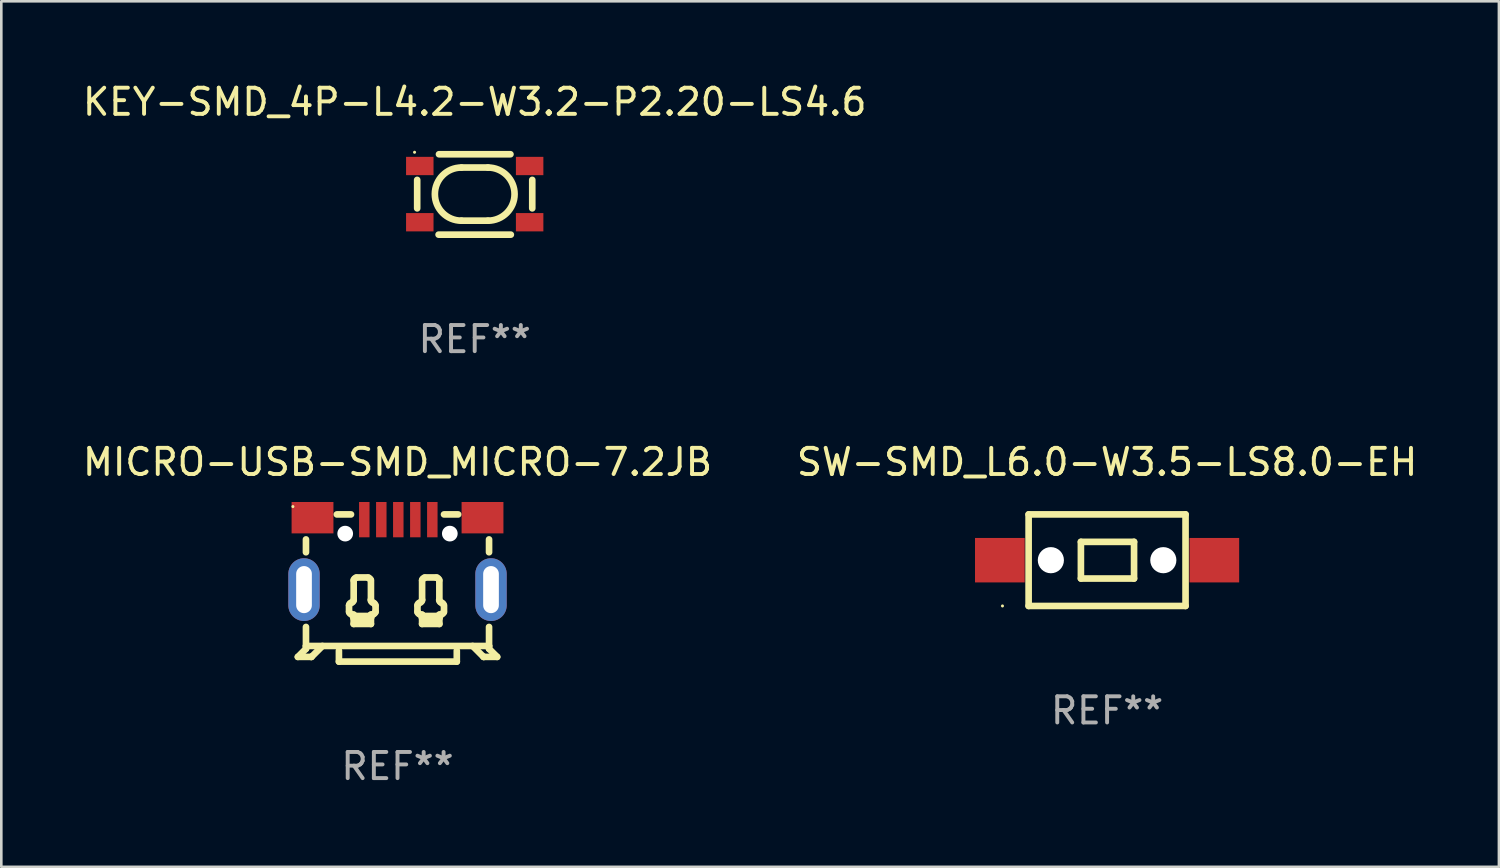
<source format=kicad_pcb>
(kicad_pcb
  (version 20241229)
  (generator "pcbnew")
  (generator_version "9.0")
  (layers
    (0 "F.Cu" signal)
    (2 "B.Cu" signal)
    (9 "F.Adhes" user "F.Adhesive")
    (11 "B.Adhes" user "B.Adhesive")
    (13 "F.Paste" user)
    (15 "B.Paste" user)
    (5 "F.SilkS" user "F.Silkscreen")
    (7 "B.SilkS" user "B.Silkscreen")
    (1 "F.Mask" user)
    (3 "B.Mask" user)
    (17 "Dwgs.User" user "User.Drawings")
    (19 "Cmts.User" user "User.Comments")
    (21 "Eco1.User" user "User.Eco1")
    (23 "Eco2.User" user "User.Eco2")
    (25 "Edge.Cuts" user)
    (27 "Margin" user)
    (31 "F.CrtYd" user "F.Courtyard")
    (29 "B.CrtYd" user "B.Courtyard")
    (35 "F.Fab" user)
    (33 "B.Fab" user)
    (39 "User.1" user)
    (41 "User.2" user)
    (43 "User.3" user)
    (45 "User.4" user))
  (footprint "SW-SMD_L6.0-W3.5-LS8.0-EH"
    (layer "F.Cu")
    (at 39.28 18.369)
    (property "Reference" "SW-SMD_L6.0-W3.5-LS8.0-EH" (at 0 -3.75 0) (layer "F.SilkS") (effects (font (size 1 1) (thickness 0.15))))
    (attr through_hole)
    (fp_line (start -3 -1.75) (end 3 -1.75) (stroke (width 0.254) (type solid)) (layer "F.SilkS"))
    (fp_line (start -3 1.75) (end -3 -1.75) (stroke (width 0.254) (type solid)) (layer "F.SilkS"))
    (fp_line (start -1.001 -0.701) (end 1.031 -0.701) (stroke (width 0.254) (type solid)) (layer "F.SilkS"))
    (fp_line (start -1.001 0.701) (end -1.001 -0.701) (stroke (width 0.254) (type solid)) (layer "F.SilkS"))
    (fp_line (start 1.031 -0.701) (end 1.031 0.701) (stroke (width 0.254) (type solid)) (layer "F.SilkS"))
    (fp_line (start 1.031 0.701) (end -1.001 0.701) (stroke (width 0.254) (type solid)) (layer "F.SilkS"))
    (fp_line (start 3 -1.75) (end 3 1.75) (stroke (width 0.254) (type solid)) (layer "F.SilkS"))
    (fp_line (start 3 1.75) (end -3 1.75) (stroke (width 0.254) (type solid)) (layer "F.SilkS"))
    (fp_circle (center -4 1.75) (end -3.97 1.75) (stroke (width 0.06) (type solid)) (fill no) (layer "F.SilkS"))
    (fp_circle (center -2.15 0) (end -1.925 0) (stroke (width 0.45) (type solid)) (fill no) (layer "F.Fab"))
    (fp_circle (center 2.15 0) (end 2.375 0) (stroke (width 0.45) (type solid)) (fill no) (layer "F.Fab"))
    (fp_text user "REF**" (at 0 5.75 0) (layer "F.Fab") (effects (font (size 1 1) (thickness 0.15))))
    (pad "" np_thru_hole circle (at -2.15 0) (size 1 1) (drill 1) (layers "*.Cu" "*.Mask"))
    (pad "" np_thru_hole circle (at 2.15 0) (size 1 1) (drill 1) (layers "*.Cu" "*.Mask"))
    (pad "1" smd rect (at -4.1 0) (size 1.9 1.7) (layers "F.Cu" "F.Mask" "F.Paste"))
    (pad "2" smd rect (at 4.1 0) (size 1.9 1.7) (layers "F.Cu" "F.Mask" "F.Paste")))
  (footprint "KEY-SMD_4P-L4.2-W3.2-P2.20-LS4.6"
    (layer "F.Cu")
    (at 15.101 4.372)
    (property "Reference" "KEY-SMD_4P-L4.2-W3.2-P2.20-LS4.6" (at 0 -3.524 0) (layer "F.SilkS") (effects (font (size 1 1) (thickness 0.15))))
    (attr through_hole)
    (fp_line (start -2.2 -0.544) (end -2.2 0.544) (stroke (width 0.254) (type solid)) (layer "F.SilkS"))
    (fp_line (start -1.381 1.55) (end 1.381 1.55) (stroke (width 0.254) (type solid)) (layer "F.SilkS"))
    (fp_line (start -0.508 -1.016) (end 0.508 -1.016) (stroke (width 0.254) (type solid)) (layer "F.SilkS"))
    (fp_line (start -0.508 1.016) (end 0.508 1.016) (stroke (width 0.254) (type solid)) (layer "F.SilkS"))
    (fp_line (start 1.366 -1.524) (end -1.366 -1.524) (stroke (width 0.254) (type solid)) (layer "F.SilkS"))
    (fp_line (start 2.2 -0.544) (end 2.2 0.544) (stroke (width 0.254) (type solid)) (layer "F.SilkS"))
    (fp_arc (start -0.508001 1.016002) (mid -1.524003 0) (end -0.508001 -1.016002) (stroke (width 0.254001) (type solid)) (layer "F.SilkS"))
    (fp_arc (start 0.508001 -1.016002) (mid 1.524003 0) (end 0.508001 1.016002) (stroke (width 0.254001) (type solid)) (layer "F.SilkS"))
    (fp_circle (center -2.3 -1.6) (end -2.27 -1.6) (stroke (width 0.06) (type solid)) (fill no) (layer "F.SilkS"))
    (fp_text user "REF**" (at 0 5.55 0) (layer "F.Fab") (effects (font (size 1 1) (thickness 0.15))))
    (pad "1" smd rect (at -2.1 -1.075) (size 1.05 0.7) (layers "F.Cu" "F.Mask" "F.Paste"))
    (pad "2" smd rect (at 2.1 -1.075) (size 1.05 0.7) (layers "F.Cu" "F.Mask" "F.Paste"))
    (pad "3" smd rect (at -2.1 1.075) (size 1.05 0.7) (layers "F.Cu" "F.Mask" "F.Paste"))
    (pad "4" smd rect (at 2.1 1.075) (size 1.05 0.7) (layers "F.Cu" "F.Mask" "F.Paste")))
  (footprint "MICRO-USB-SMD_MICRO-7.2JB"
    (layer "F.Cu")
    (at 12.149 18.119)
    (property "Reference" "MICRO-USB-SMD_MICRO-7.2JB" (at 0.000254 -3.5 0) (layer "F.SilkS") (effects (font (size 1 1) (thickness 0.15))))
    (attr through_hole)
    (fp_line (start -3.81 3.948) (end -3.302 3.948) (stroke (width 0.254) (type solid)) (layer "F.SilkS"))
    (fp_line (start -3.5 -0.053) (end -3.5 -0.544) (stroke (width 0.254) (type solid)) (layer "F.SilkS"))
    (fp_line (start -3.5 3.53) (end -3.5 2.803) (stroke (width 0.254) (type solid)) (layer "F.SilkS"))
    (fp_line (start -3.5 3.53) (end -3.5 3.638) (stroke (width 0.254) (type solid)) (layer "F.SilkS"))
    (fp_line (start -3.5 3.53) (end 3.5 3.53) (stroke (width 0.254) (type solid)) (layer "F.SilkS"))
    (fp_line (start -3.5 3.638) (end -3.81 3.948) (stroke (width 0.254) (type solid)) (layer "F.SilkS"))
    (fp_line (start -3.302 3.948) (end -3.289 3.948) (stroke (width 0.254) (type solid)) (layer "F.SilkS"))
    (fp_line (start -3.289 3.948) (end -2.871 3.53) (stroke (width 0.254) (type solid)) (layer "F.SilkS"))
    (fp_line (start -2.319 -1.5) (end -1.778 -1.5) (stroke (width 0.254) (type solid)) (layer "F.SilkS"))
    (fp_line (start -2.24 3.71) (end -2.24 4.128) (stroke (width 0.254) (type solid)) (layer "F.SilkS"))
    (fp_line (start -2.24 4.128) (end 2.267 4.128) (stroke (width 0.254) (type solid)) (layer "F.SilkS"))
    (fp_line (start -1.854 2.232) (end -1.854 1.978) (stroke (width 0.254) (type solid)) (layer "F.SilkS"))
    (fp_line (start -1.753 2.333) (end -1.676 2.333) (stroke (width 0.254) (type solid)) (layer "F.SilkS"))
    (fp_line (start -1.676 1.774) (end -1.676 1.012) (stroke (width 0.254) (type solid)) (layer "F.SilkS"))
    (fp_line (start -1.676 2.333) (end -1.676 2.384) (stroke (width 0.254) (type solid)) (layer "F.SilkS"))
    (fp_line (start -1.676 2.384) (end -1.676 2.46) (stroke (width 0.254) (type solid)) (layer "F.SilkS"))
    (fp_line (start -1.676 2.46) (end -1.676 2.689) (stroke (width 0.254) (type solid)) (layer "F.SilkS"))
    (fp_line (start -1.676 2.689) (end -1.016 2.689) (stroke (width 0.254) (type solid)) (layer "F.SilkS"))
    (fp_line (start -1.575 0.911) (end -1.118 0.911) (stroke (width 0.254) (type solid)) (layer "F.SilkS"))
    (fp_line (start -1.016 1.012) (end -1.016 1.774) (stroke (width 0.254) (type solid)) (layer "F.SilkS"))
    (fp_line (start -1.016 2.333) (end -1.016 2.384) (stroke (width 0.254) (type solid)) (layer "F.SilkS"))
    (fp_line (start -1.016 2.384) (end -1.676 2.384) (stroke (width 0.254) (type solid)) (layer "F.SilkS"))
    (fp_line (start -1.016 2.46) (end -1.676 2.46) (stroke (width 0.254) (type solid)) (layer "F.SilkS"))
    (fp_line (start -1.016 2.46) (end -1.016 2.384) (stroke (width 0.254) (type solid)) (layer "F.SilkS"))
    (fp_line (start -1.016 2.689) (end -1.016 2.46) (stroke (width 0.254) (type solid)) (layer "F.SilkS"))
    (fp_line (start -0.94 2.333) (end -1.016 2.333) (stroke (width 0.254) (type solid)) (layer "F.SilkS"))
    (fp_line (start -0.838 1.978) (end -0.838 2.232) (stroke (width 0.254) (type solid)) (layer "F.SilkS"))
    (fp_line (start 0.762 2.232) (end 0.762 1.978) (stroke (width 0.254) (type solid)) (layer "F.SilkS"))
    (fp_line (start 0.864 2.333) (end 0.94 2.333) (stroke (width 0.254) (type solid)) (layer "F.SilkS"))
    (fp_line (start 0.94 1.774) (end 0.94 1.012) (stroke (width 0.254) (type solid)) (layer "F.SilkS"))
    (fp_line (start 0.94 2.333) (end 0.94 2.384) (stroke (width 0.254) (type solid)) (layer "F.SilkS"))
    (fp_line (start 0.94 2.384) (end 0.94 2.46) (stroke (width 0.254) (type solid)) (layer "F.SilkS"))
    (fp_line (start 0.94 2.46) (end 0.94 2.689) (stroke (width 0.254) (type solid)) (layer "F.SilkS"))
    (fp_line (start 0.94 2.689) (end 1.6 2.689) (stroke (width 0.254) (type solid)) (layer "F.SilkS"))
    (fp_line (start 1.041 0.911) (end 1.499 0.911) (stroke (width 0.254) (type solid)) (layer "F.SilkS"))
    (fp_line (start 1.6 1.012) (end 1.6 1.774) (stroke (width 0.254) (type solid)) (layer "F.SilkS"))
    (fp_line (start 1.6 2.333) (end 1.6 2.384) (stroke (width 0.254) (type solid)) (layer "F.SilkS"))
    (fp_line (start 1.6 2.384) (end 0.94 2.384) (stroke (width 0.254) (type solid)) (layer "F.SilkS"))
    (fp_line (start 1.6 2.46) (end 0.94 2.46) (stroke (width 0.254) (type solid)) (layer "F.SilkS"))
    (fp_line (start 1.6 2.46) (end 1.6 2.384) (stroke (width 0.254) (type solid)) (layer "F.SilkS"))
    (fp_line (start 1.6 2.689) (end 1.6 2.46) (stroke (width 0.254) (type solid)) (layer "F.SilkS"))
    (fp_line (start 1.676 2.333) (end 1.6 2.333) (stroke (width 0.254) (type solid)) (layer "F.SilkS"))
    (fp_line (start 1.778 -1.5) (end 2.319 -1.5) (stroke (width 0.254) (type solid)) (layer "F.SilkS"))
    (fp_line (start 1.778 1.978) (end 1.778 2.232) (stroke (width 0.254) (type solid)) (layer "F.SilkS"))
    (fp_line (start 2.267 4.128) (end 2.267 3.71) (stroke (width 0.254) (type solid)) (layer "F.SilkS"))
    (fp_line (start 3.29 3.948) (end 2.872 3.53) (stroke (width 0.254) (type solid)) (layer "F.SilkS"))
    (fp_line (start 3.302 3.948) (end 3.29 3.948) (stroke (width 0.254) (type solid)) (layer "F.SilkS"))
    (fp_line (start 3.5 -0.053) (end 3.5 -0.544) (stroke (width 0.254) (type solid)) (layer "F.SilkS"))
    (fp_line (start 3.5 3.53) (end 3.5 2.803) (stroke (width 0.254) (type solid)) (layer "F.SilkS"))
    (fp_line (start 3.5 3.53) (end 3.5 3.638) (stroke (width 0.254) (type solid)) (layer "F.SilkS"))
    (fp_line (start 3.5 3.638) (end 3.81 3.948) (stroke (width 0.254) (type solid)) (layer "F.SilkS"))
    (fp_line (start 3.81 3.948) (end 3.302 3.948) (stroke (width 0.254) (type solid)) (layer "F.SilkS"))
    (fp_arc (start -1.850902 1.972263) (mid -1.82159 1.901575) (end -1.750902 1.872263) (stroke (width 0.254001) (type solid)) (layer "F.SilkS"))
    (fp_arc (start -1.748895 2.321285) (mid -1.819592 2.291965) (end -1.848895 2.22126) (stroke (width 0.254001) (type solid)) (layer "F.SilkS"))
    (fp_arc (start -1.674041 1.772263) (mid -1.698818 1.838121) (end -1.760883 1.871273) (stroke (width 0.254001) (type solid)) (layer "F.SilkS"))
    (fp_arc (start -1.673889 1.021285) (mid -1.644577 0.950597) (end -1.573889 0.921285) (stroke (width 0.254001) (type solid)) (layer "F.SilkS"))
    (fp_arc (start -1.123901 0.921285) (mid -1.053213 0.950597) (end -1.023902 1.021286) (stroke (width 0.254001) (type solid)) (layer "F.SilkS"))
    (fp_arc (start -0.949886 1.872263) (mid -0.879198 1.901575) (end -0.849886 1.972263) (stroke (width 0.254001) (type solid)) (layer "F.SilkS"))
    (fp_arc (start -0.93589 1.871501) (mid -0.998698 1.838557) (end -1.023901 1.772263) (stroke (width 0.254001) (type solid)) (layer "F.SilkS"))
    (fp_arc (start -0.847904 2.220269) (mid -0.877216 2.290958) (end -0.947905 2.32027) (stroke (width 0.254001) (type solid)) (layer "F.SilkS"))
    (fp_arc (start 0.765304 1.972263) (mid 0.794616 1.901575) (end 0.865304 1.872263) (stroke (width 0.254001) (type solid)) (layer "F.SilkS"))
    (fp_arc (start 0.86731 2.321285) (mid 0.796613 2.291965) (end 0.76731 2.22126) (stroke (width 0.254001) (type solid)) (layer "F.SilkS"))
    (fp_arc (start 0.942164 1.772263) (mid 0.917387 1.838121) (end 0.855322 1.871273) (stroke (width 0.254001) (type solid)) (layer "F.SilkS"))
    (fp_arc (start 0.942316 1.021285) (mid 0.971628 0.950596) (end 1.042317 0.921284) (stroke (width 0.254001) (type solid)) (layer "F.SilkS"))
    (fp_arc (start 1.492304 0.921285) (mid 1.562992 0.950597) (end 1.592304 1.021285) (stroke (width 0.254001) (type solid)) (layer "F.SilkS"))
    (fp_arc (start 1.66632 1.872263) (mid 1.737008 1.901575) (end 1.766319 1.972264) (stroke (width 0.254001) (type solid)) (layer "F.SilkS"))
    (fp_arc (start 1.680315 1.871501) (mid 1.617507 1.838557) (end 1.592304 1.772263) (stroke (width 0.254001) (type solid)) (layer "F.SilkS"))
    (fp_arc (start 1.768301 2.220269) (mid 1.738989 2.290957) (end 1.668301 2.320269) (stroke (width 0.254001) (type solid)) (layer "F.SilkS"))
    (fp_circle (center -4 -1.8) (end -3.97 -1.8) (stroke (width 0.06) (type solid)) (fill no) (layer "F.SilkS"))
    (fp_circle (center -2 -0.766) (end -1.887 -0.766) (stroke (width 0.225) (type solid)) (fill no) (layer "F.Fab"))
    (fp_circle (center 2 -0.766) (end 2.113 -0.766) (stroke (width 0.225) (type solid)) (fill no) (layer "F.Fab"))
    (fp_text user "REF**" (at 0.000254 8.128 0) (layer "F.Fab") (effects (font (size 1 1) (thickness 0.15))))
    (pad "" np_thru_hole circle (at -2 -0.766) (size 0.6 0.6) (drill 0.6) (layers "*.Cu" "*.Mask"))
    (pad "" np_thru_hole circle (at 2 -0.766) (size 0.6 0.6) (drill 0.6) (layers "*.Cu" "*.Mask"))
    (pad "1" smd rect (at -1.27 -1.3) (size 0.4 1.35) (layers "F.Cu" "F.Mask" "F.Paste"))
    (pad "2" smd rect (at -0.62 -1.3) (size 0.4 1.35) (layers "F.Cu" "F.Mask" "F.Paste"))
    (pad "3" smd rect (at 0.03 -1.3) (size 0.4 1.35) (layers "F.Cu" "F.Mask" "F.Paste"))
    (pad "4" smd rect (at 0.681 -1.3) (size 0.4 1.35) (layers "F.Cu" "F.Mask" "F.Paste"))
    (pad "5" smd rect (at 1.331 -1.3) (size 0.4 1.35) (layers "F.Cu" "F.Mask" "F.Paste"))
    (pad "6" smd rect (at -3.25 -1.375) (size 1.6 1.2) (layers "F.Cu" "F.Mask" "F.Paste"))
    (pad "7" smd rect (at 3.25 -1.375) (size 1.6 1.2) (layers "F.Cu" "F.Mask" "F.Paste"))
    (pad "8" thru_hole oval (at -3.575 1.375) (size 1.2 2.4) (drill oval 0.6 1.8) (layers "*.Cu" "*.Mask"))
    (pad "9" thru_hole oval (at 3.575 1.375) (size 1.2 2.4) (drill oval 0.6 1.8) (layers "*.Cu" "*.Mask")))
  (gr_rect
    (start -3 -3)
    (end 54.262 30.095)
    (stroke (width 0.1) (type default))
    (fill no)
    (layer "Edge.Cuts")))
</source>
